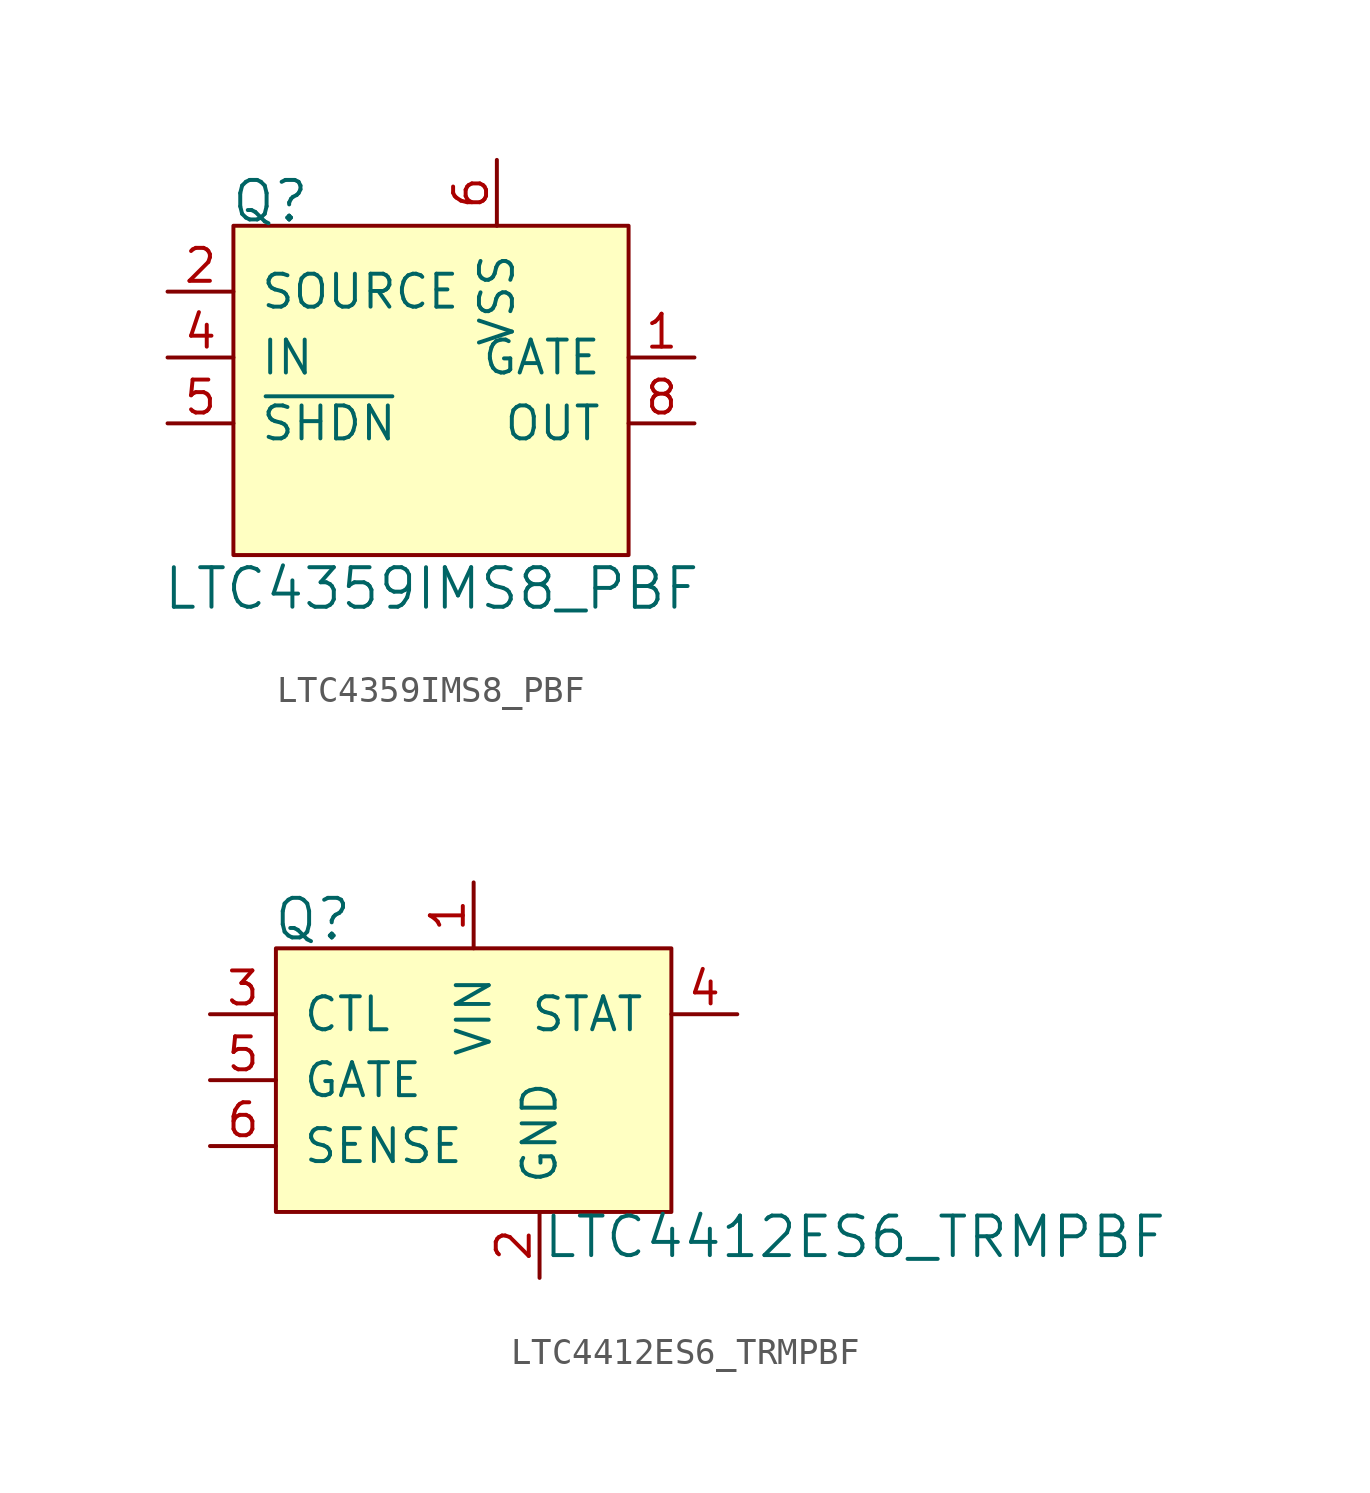
<source format=kicad_sym>
(kicad_symbol_lib
  (version 20211014)
  (generator kicad_symbol_editor)
  (symbol "LTC4359IMS8_PBF"
    (pin_names
      (offset 1.016))
    (property "Reference" "Q"
      (at -7.747 8.56 0)
      (effects (font (size 1.524 1.524)) (justify left)))
    (property "Value" "LTC4359IMS8_PBF"
      (at 0.025 -6.375 0)
      (effects (font (size 1.524 1.524))))
    (symbol "LTC4359IMS8_PBF_0_1"
      (rectangle (start -7.62 7.62) (end 7.62 -5.08) (stroke (width 0) (type default) (color 0 0 0 0)) (fill (type background))))
    (symbol "LTC4359IMS8_PBF_1_1"
      (pin output line (at 10.16 2.54 180) (length 2.54) (name "GATE" (effects (font (size 1.27 1.27)))) (number "1" (effects (font (size 1.27 1.27)))))
      (pin input line (at -10.16 5.08 0) (length 2.54) (name "SOURCE" (effects (font (size 1.27 1.27)))) (number "2" (effects (font (size 1.27 1.27)))))
      (pin no_connect line (at -7.62 -2.54 0) (length 2.54) hide (name "NC" (effects (font (size 1.27 1.27)))) (number "3" (effects (font (size 1.27 1.27)))))
      (pin input line (at -10.16 2.54 0) (length 2.54) (name "IN" (effects (font (size 1.27 1.27)))) (number "4" (effects (font (size 1.27 1.27)))))
      (pin input line (at -10.16 0 0) (length 2.54) (name "~{SHDN}" (effects (font (size 1.27 1.27)))) (number "5" (effects (font (size 1.27 1.27)))))
      (pin power_in line (at 2.54 10.16 270) (length 2.54) (name "VSS" (effects (font (size 1.27 1.27)))) (number "6" (effects (font (size 1.27 1.27)))))
      (pin no_connect line (at 7.62 -2.54 180) (length 2.54) hide (name "NC" (effects (font (size 1.27 1.27)))) (number "7" (effects (font (size 1.27 1.27)))))
      (pin output line (at 10.16 0 180) (length 2.54) (name "OUT" (effects (font (size 1.27 1.27)))) (number "8" (effects (font (size 1.27 1.27)))))))
  (symbol "LTC4412ES6_TRMPBF"
    (pin_names
      (offset 1.016))
    (property "Reference" "Q"
      (at -7.747 -3.962 0)
      (effects (font (size 1.524 1.524)) (justify left)))
    (property "Value" "LTC4412ES6_TRMPBF"
      (at 2.616 -16.205 0)
      (effects (font (size 1.524 1.524)) (justify left)))
    (symbol "LTC4412ES6_TRMPBF_0_1"
      (rectangle (start -7.62 -5.08) (end 7.62 -15.24) (stroke (width 0) (type default) (color 0 0 0 0)) (fill (type background))))
    (symbol "LTC4412ES6_TRMPBF_1_1"
      (pin power_in line (at 0 -2.54 270) (length 2.54) (name "VIN" (effects (font (size 1.27 1.27)))) (number "1" (effects (font (size 1.27 1.27)))))
      (pin power_in line (at 2.54 -17.78 90) (length 2.54) (name "GND" (effects (font (size 1.27 1.27)))) (number "2" (effects (font (size 1.27 1.27)))))
      (pin input line (at -10.16 -7.62 0) (length 2.54) (name "CTL" (effects (font (size 1.27 1.27)))) (number "3" (effects (font (size 1.27 1.27)))))
      (pin output line (at 10.16 -7.62 180) (length 2.54) (name "STAT" (effects (font (size 1.27 1.27)))) (number "4" (effects (font (size 1.27 1.27)))))
      (pin input line (at -10.16 -10.16 0) (length 2.54) (name "GATE" (effects (font (size 1.27 1.27)))) (number "5" (effects (font (size 1.27 1.27)))))
      (pin input line (at -10.16 -12.7 0) (length 2.54) (name "SENSE" (effects (font (size 1.27 1.27)))) (number "6" (effects (font (size 1.27 1.27))))))))
</source>
